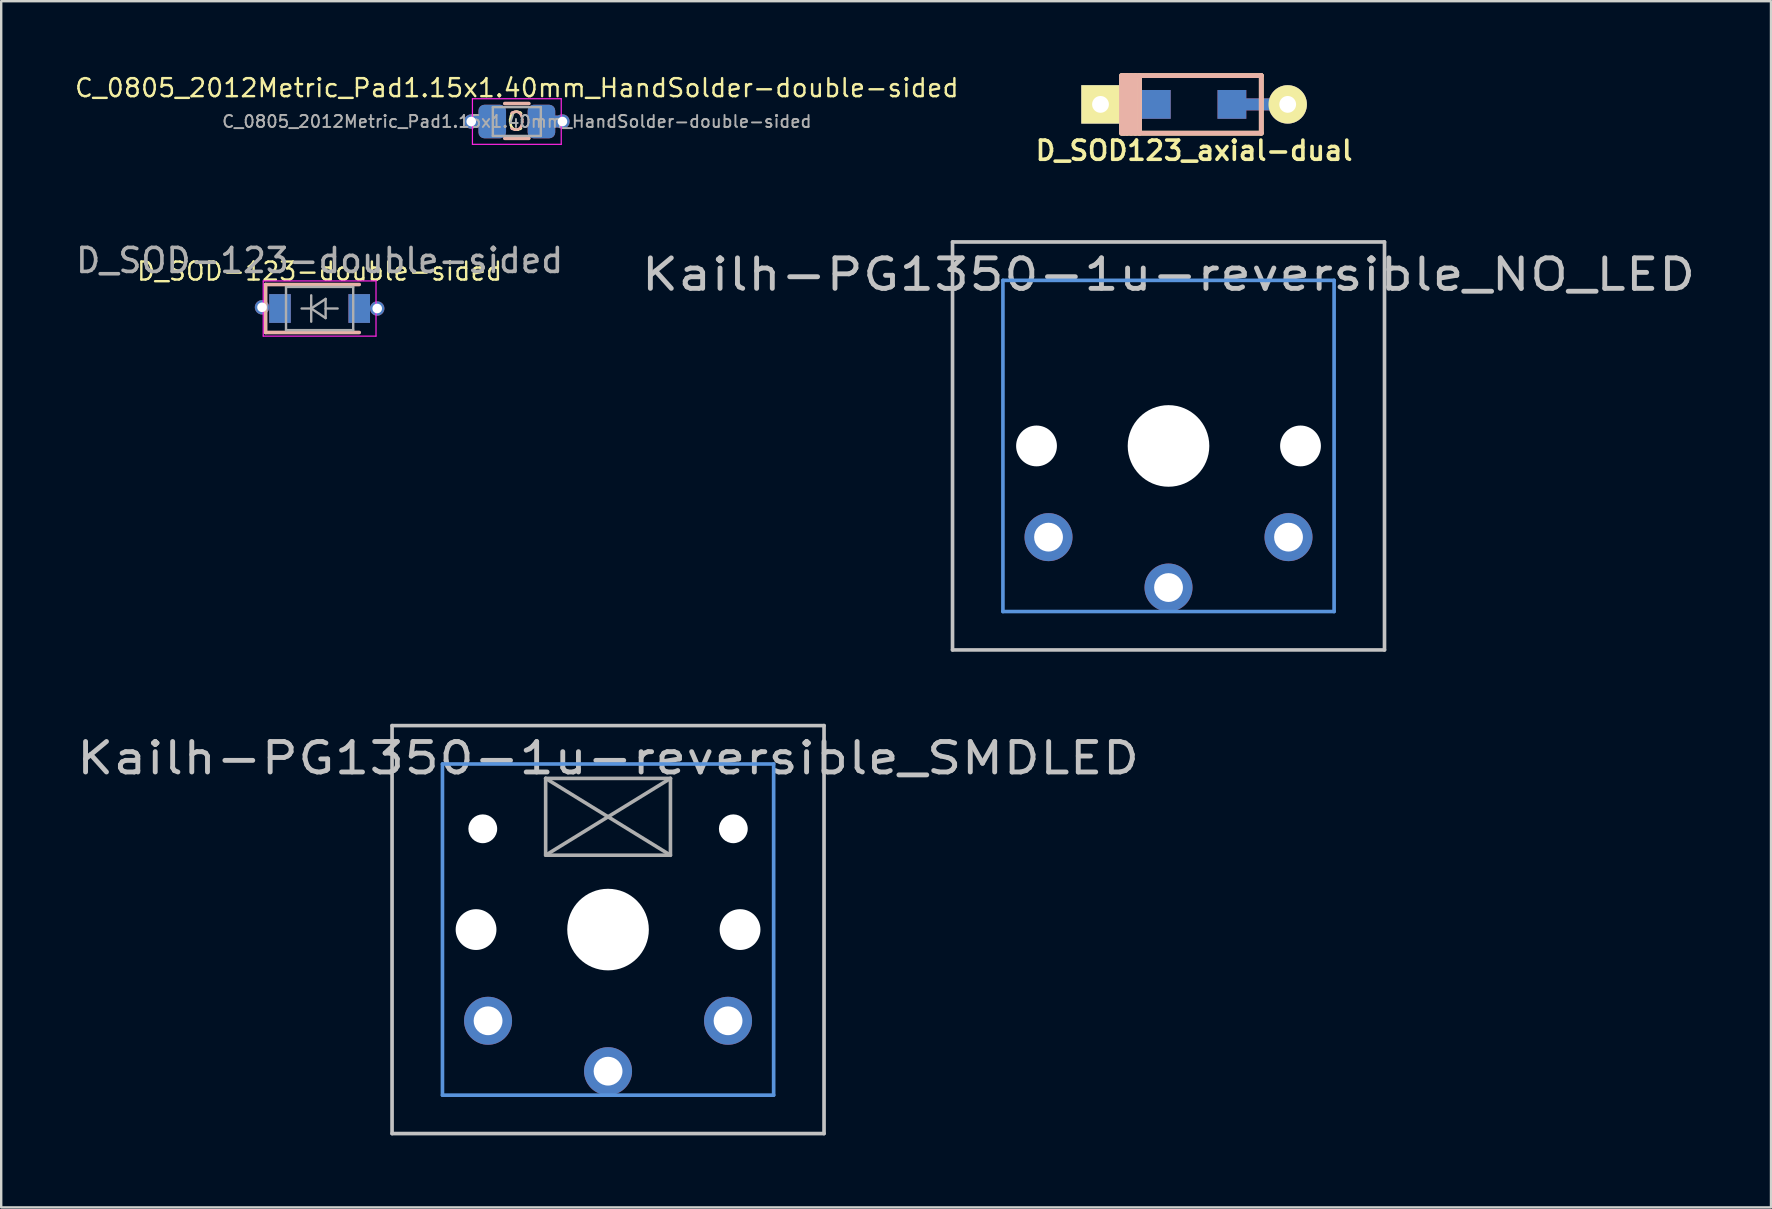
<source format=kicad_pcb>
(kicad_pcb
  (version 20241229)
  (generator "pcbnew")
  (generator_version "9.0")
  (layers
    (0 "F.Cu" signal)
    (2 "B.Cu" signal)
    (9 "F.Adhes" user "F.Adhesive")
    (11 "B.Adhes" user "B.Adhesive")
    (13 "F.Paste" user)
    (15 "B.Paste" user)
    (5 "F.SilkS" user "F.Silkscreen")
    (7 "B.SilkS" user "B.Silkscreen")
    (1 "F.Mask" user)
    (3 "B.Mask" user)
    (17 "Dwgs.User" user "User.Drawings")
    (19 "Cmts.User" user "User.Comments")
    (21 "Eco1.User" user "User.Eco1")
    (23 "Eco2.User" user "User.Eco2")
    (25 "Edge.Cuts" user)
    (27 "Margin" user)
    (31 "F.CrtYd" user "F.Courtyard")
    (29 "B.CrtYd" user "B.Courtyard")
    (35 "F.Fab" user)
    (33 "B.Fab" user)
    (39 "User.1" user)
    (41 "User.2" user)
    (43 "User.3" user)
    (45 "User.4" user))
  (footprint "C_0805_2012Metric_Pad1.15x1.40mm_HandSolder-double-sided"
    (layer "F.Cu")
    (at 18.486 2.014)
    (property "Reference" "C_0805_2012Metric_Pad1.15x1.40mm_HandSolder-double-sided" (at 0 -1.4 0) (layer "F.SilkS") (effects (font (size 0.75 0.75) (thickness 0.1))))
    (attr smd)
    (fp_line (start -0.5 -0.75) (end 0.5 -0.75) (stroke (width 0.12) (type solid)) (layer "F.SilkS"))
    (fp_line (start -0.5 0.7) (end 0.5 0.7) (stroke (width 0.12) (type solid)) (layer "F.SilkS"))
    (fp_line (start -0.5 0.7) (end 0.5 0.7) (stroke (width 0.15) (type solid)) (layer "B.SilkS"))
    (fp_line (start 0.5 -0.75) (end -0.5 -0.75) (stroke (width 0.15) (type solid)) (layer "B.SilkS"))
    (fp_line (start -1.85 -0.95) (end 1.85 -0.95) (stroke (width 0.05) (type solid)) (layer "F.CrtYd"))
    (fp_line (start -1.85 0.95) (end -1.85 -0.95) (stroke (width 0.05) (type solid)) (layer "F.CrtYd"))
    (fp_line (start 1.85 -0.95) (end 1.85 0.95) (stroke (width 0.05) (type solid)) (layer "F.CrtYd"))
    (fp_line (start 1.85 0.95) (end -1.85 0.95) (stroke (width 0.05) (type solid)) (layer "F.CrtYd"))
    (fp_line (start -1 -0.6) (end 1 -0.6) (stroke (width 0.1) (type solid)) (layer "F.Fab"))
    (fp_line (start -1 0.6) (end -1 -0.6) (stroke (width 0.1) (type solid)) (layer "F.Fab"))
    (fp_line (start 1 -0.6) (end 1 0.6) (stroke (width 0.1) (type solid)) (layer "F.Fab"))
    (fp_line (start 1 0.6) (end -1 0.6) (stroke (width 0.1) (type solid)) (layer "F.Fab"))
    (fp_text user "C" (at -0.05 0 0) (layer "F.SilkS") (effects (font (size 0.75 0.75) (thickness 0.1))))
    (fp_text user "C" (at 0 0 0) (layer "B.SilkS") (effects (font (size 0.75 0.75) (thickness 0.1)) (justify mirror)))
    (fp_text user "${REFERENCE}" (at 0 0 0) (layer "F.Fab") (effects (font (size 0.5 0.5) (thickness 0.08))))
    (pad "1" thru_hole circle (at -1.9 0) (size 0.6 0.6) (drill 0.4) (layers "*.Cu"))
    (pad "1" smd rect (at -1.65 0) (size 0.5 0.5) (layers "F.Cu"))
    (pad "1" smd rect (at -1.65 0) (size 0.5 0.5) (layers "B.Cu"))
    (pad "1" smd roundrect (at -1.025 0) (size 1.15 1.4) (layers "F.Cu" "F.Mask" "F.Paste") (roundrect_rratio 0.217))
    (pad "1" smd roundrect (at -1.025 0) (size 1.15 1.4) (layers "B.Cu" "B.Mask" "B.Paste") (roundrect_rratio 0.217))
    (pad "2" smd roundrect (at 1.025 0) (size 1.15 1.4) (layers "F.Cu" "F.Mask" "F.Paste") (roundrect_rratio 0.217))
    (pad "2" smd roundrect (at 1.025 0) (size 1.15 1.4) (layers "B.Cu" "B.Mask" "B.Paste") (roundrect_rratio 0.217))
    (pad "2" smd rect (at 1.6 0) (size 0.5 0.5) (layers "B.Cu"))
    (pad "2" smd rect (at 1.65 0) (size 0.5 0.5) (layers "F.Cu"))
    (pad "2" thru_hole circle (at 1.9 0) (size 0.6 0.6) (drill 0.4) (layers "*.Cu")))
  (footprint "Kailh-PG1350-1u-reversible_SMDLED"
    (layer "F.Cu")
    (at 22.287 35.685)
    (property "Reference" "Kailh-PG1350-1u-reversible_SMDLED" (at 0 -7.144 180) (layer "Dwgs.User") (effects (font (size 1.27 1.524) (thickness 0.203))))
    (attr through_hole)
    (fp_line (start -9 -8.5) (end 9 -8.5) (stroke (width 0.152) (type solid)) (layer "Dwgs.User"))
    (fp_line (start -9 8.5) (end -9 -8.5) (stroke (width 0.152) (type solid)) (layer "Dwgs.User"))
    (fp_line (start 9 -8.5) (end 9 8.5) (stroke (width 0.152) (type solid)) (layer "Dwgs.User"))
    (fp_line (start 9 8.5) (end -9 8.5) (stroke (width 0.152) (type solid)) (layer "Dwgs.User"))
    (fp_line (start -6.9 -6.9) (end 6.9 -6.9) (stroke (width 0.152) (type solid)) (layer "Cmts.User"))
    (fp_line (start -6.9 6.9) (end -6.9 -6.9) (stroke (width 0.152) (type solid)) (layer "Cmts.User"))
    (fp_line (start 6.9 -6.9) (end 6.9 6.9) (stroke (width 0.152) (type solid)) (layer "Cmts.User"))
    (fp_line (start 6.9 6.9) (end -6.9 6.9) (stroke (width 0.152) (type solid)) (layer "Cmts.User"))
    (fp_line (start -7.5 -7.5) (end 7.5 -7.5) (stroke (width 0.152) (type solid)) (layer "Eco2.User"))
    (fp_line (start -7.5 7.5) (end -7.5 -7.5) (stroke (width 0.152) (type solid)) (layer "Eco2.User"))
    (fp_line (start 7.5 -7.5) (end 7.5 7.5) (stroke (width 0.152) (type solid)) (layer "Eco2.User"))
    (fp_line (start 7.5 7.5) (end -7.5 7.5) (stroke (width 0.152) (type solid)) (layer "Eco2.User"))
    (fp_line (start -2.6 -6.3) (end 2.6 -6.3) (stroke (width 0.15) (type solid)) (layer "F.Fab"))
    (fp_line (start -2.6 -6.3) (end 2.6 -3.1) (stroke (width 0.15) (type solid)) (layer "F.Fab"))
    (fp_line (start -2.6 -3.1) (end -2.6 -6.3) (stroke (width 0.15) (type solid)) (layer "F.Fab"))
    (fp_line (start 2.54 -3.1) (end -2.54 -3.1) (stroke (width 0.15) (type solid)) (layer "F.Fab"))
    (fp_line (start 2.6 -6.3) (end -2.6 -3.1) (stroke (width 0.15) (type solid)) (layer "F.Fab"))
    (fp_line (start 2.6 -6.3) (end 2.6 -3.095) (stroke (width 0.15) (type solid)) (layer "F.Fab"))
    (pad "" np_thru_hole circle (at -5.5 0 180) (size 1.7 1.7) (drill 1.7) (layers "*.Cu"))
    (pad "" np_thru_hole circle (at -5.22 -4.2 180) (size 1.2 1.2) (drill 1.2) (layers "*.Cu"))
    (pad "" np_thru_hole circle (at 0 0 180) (size 3.4 3.4) (drill 3.4) (layers "*.Cu"))
    (pad "" np_thru_hole circle (at 5.22 -4.2 180) (size 1.2 1.2) (drill 1.2) (layers "*.Cu"))
    (pad "" np_thru_hole circle (at 5.5 0 180) (size 1.7 1.7) (drill 1.7) (layers "*.Cu"))
    (pad "1" thru_hole circle (at 0 5.9 180) (size 2 2) (drill 1.2) (layers "*.Cu" "*.Mask"))
    (pad "2" thru_hole circle (at -5 3.8 41.9) (size 2 2) (drill 1.2) (layers "*.Cu" "*.Mask"))
    (pad "2" thru_hole circle (at 5 3.8 41.9) (size 2 2) (drill 1.2) (layers "*.Cu" "*.Mask")))
  (footprint "D_SOD123_axial-dual"
    (layer "F.Cu")
    (at 46.707 1.3)
    (property "Reference" "D_SOD123_axial-dual" (at 0 1.925 0) (layer "F.SilkS") (effects (font (size 0.8 0.8) (thickness 0.15))))
    (attr smd)
    (fp_line (start -3.025 1.2) (end -3.025 -1.2) (stroke (width 0.2) (type solid)) (layer "F.SilkS"))
    (fp_line (start -3 -1.2) (end 2.8 -1.2) (stroke (width 0.2) (type solid)) (layer "F.SilkS"))
    (fp_line (start -2.925 -1.2) (end -2.925 1.2) (stroke (width 0.2) (type solid)) (layer "F.SilkS"))
    (fp_line (start -2.8 -1.2) (end -2.8 1.2) (stroke (width 0.2) (type solid)) (layer "F.SilkS"))
    (fp_line (start -2.625 -1.2) (end -2.625 1.2) (stroke (width 0.2) (type solid)) (layer "F.SilkS"))
    (fp_line (start -2.45 -1.2) (end -2.45 1.2) (stroke (width 0.2) (type solid)) (layer "F.SilkS"))
    (fp_line (start -2.275 -1.2) (end -2.275 1.2) (stroke (width 0.2) (type solid)) (layer "F.SilkS"))
    (fp_line (start 2.8 -1.2) (end 2.8 1.2) (stroke (width 0.2) (type solid)) (layer "F.SilkS"))
    (fp_line (start 2.8 1.2) (end -3 1.2) (stroke (width 0.2) (type solid)) (layer "F.SilkS"))
    (fp_line (start -3.025 1.2) (end -3.025 -1.2) (stroke (width 0.2) (type solid)) (layer "B.SilkS"))
    (fp_line (start -3 -1.2) (end 2.8 -1.2) (stroke (width 0.2) (type solid)) (layer "B.SilkS"))
    (fp_line (start -2.925 -1.2) (end -2.925 1.2) (stroke (width 0.2) (type solid)) (layer "B.SilkS"))
    (fp_line (start -2.8 -1.2) (end -2.8 1.2) (stroke (width 0.2) (type solid)) (layer "B.SilkS"))
    (fp_line (start -2.625 -1.2) (end -2.625 1.2) (stroke (width 0.2) (type solid)) (layer "B.SilkS"))
    (fp_line (start -2.45 -1.2) (end -2.45 1.2) (stroke (width 0.2) (type solid)) (layer "B.SilkS"))
    (fp_line (start -2.275 -1.2) (end -2.275 1.2) (stroke (width 0.2) (type solid)) (layer "B.SilkS"))
    (fp_line (start 2.8 -1.2) (end 2.8 1.2) (stroke (width 0.2) (type solid)) (layer "B.SilkS"))
    (fp_line (start 2.8 1.2) (end -3 1.2) (stroke (width 0.2) (type solid)) (layer "B.SilkS"))
    (pad "1" thru_hole rect (at -3.9 0) (size 1.6 1.6) (drill 0.7) (layers "*.Cu" "*.Mask" "F.SilkS"))
    (pad "1" smd rect (at -2.7 0) (size 2.5 0.5) (layers "F.Cu"))
    (pad "1" smd rect (at -2.7 0) (size 2.5 0.5) (layers "B.Cu"))
    (pad "1" smd rect (at -1.575 0) (size 1.2 1.2) (layers "F.Cu" "F.Mask" "F.Paste"))
    (pad "1" smd rect (at -1.575 0) (size 1.2 1.2) (layers "B.Cu" "B.Mask" "B.Paste"))
    (pad "2" smd rect (at 1.575 0) (size 1.2 1.2) (layers "F.Cu" "F.Mask" "F.Paste"))
    (pad "2" smd rect (at 1.575 0) (size 1.2 1.2) (layers "B.Cu" "B.Mask" "B.Paste"))
    (pad "2" smd rect (at 2.7 0) (size 2.5 0.5) (layers "F.Cu"))
    (pad "2" smd rect (at 2.7 0) (size 2.5 0.5) (layers "B.Cu"))
    (pad "2" thru_hole circle (at 3.9 0) (size 1.6 1.6) (drill 0.7) (layers "*.Cu" "*.Mask" "F.SilkS")))
  (footprint "D_SOD-123-double-sided"
    (layer "F.Cu")
    (at 10.268 9.805)
    (property "Reference" "D_SOD-123-double-sided" (at 0 -1.55 0) (layer "F.SilkS") (effects (font (size 0.75 0.75) (thickness 0.1))))
    (attr smd)
    (fp_line (start -2.25 -1) (end -2.25 1) (stroke (width 0.12) (type solid)) (layer "F.SilkS"))
    (fp_line (start -2.25 -1) (end 1.65 -1) (stroke (width 0.12) (type solid)) (layer "F.SilkS"))
    (fp_line (start -2.25 1) (end 1.65 1) (stroke (width 0.12) (type solid)) (layer "F.SilkS"))
    (fp_line (start -2.25 -1) (end -2.25 1) (stroke (width 0.15) (type solid)) (layer "B.SilkS"))
    (fp_line (start -2.25 1) (end 1.65 1) (stroke (width 0.15) (type solid)) (layer "B.SilkS"))
    (fp_line (start 1.65 -1) (end -2.25 -1) (stroke (width 0.15) (type solid)) (layer "B.SilkS"))
    (fp_line (start -2.35 -1.15) (end -2.35 1.15) (stroke (width 0.05) (type solid)) (layer "F.CrtYd"))
    (fp_line (start -2.35 -1.15) (end 2.35 -1.15) (stroke (width 0.05) (type solid)) (layer "F.CrtYd"))
    (fp_line (start 2.35 -1.15) (end 2.35 1.15) (stroke (width 0.05) (type solid)) (layer "F.CrtYd"))
    (fp_line (start 2.35 1.15) (end -2.35 1.15) (stroke (width 0.05) (type solid)) (layer "F.CrtYd"))
    (fp_line (start -1.4 -0.9) (end 1.4 -0.9) (stroke (width 0.1) (type solid)) (layer "F.Fab"))
    (fp_line (start -1.4 0.9) (end -1.4 -0.9) (stroke (width 0.1) (type solid)) (layer "F.Fab"))
    (fp_line (start -0.75 0) (end -0.35 0) (stroke (width 0.1) (type solid)) (layer "F.Fab"))
    (fp_line (start -0.35 0) (end -0.35 -0.55) (stroke (width 0.1) (type solid)) (layer "F.Fab"))
    (fp_line (start -0.35 0) (end -0.35 0.55) (stroke (width 0.1) (type solid)) (layer "F.Fab"))
    (fp_line (start -0.35 0) (end 0.25 -0.4) (stroke (width 0.1) (type solid)) (layer "F.Fab"))
    (fp_line (start 0.25 -0.4) (end 0.25 0.4) (stroke (width 0.1) (type solid)) (layer "F.Fab"))
    (fp_line (start 0.25 0) (end 0.75 0) (stroke (width 0.1) (type solid)) (layer "F.Fab"))
    (fp_line (start 0.25 0.4) (end -0.35 0) (stroke (width 0.1) (type solid)) (layer "F.Fab"))
    (fp_line (start 1.4 -0.9) (end 1.4 0.9) (stroke (width 0.1) (type solid)) (layer "F.Fab"))
    (fp_line (start 1.4 0.9) (end -1.4 0.9) (stroke (width 0.1) (type solid)) (layer "F.Fab"))
    (fp_text user "${REFERENCE}" (at 0 -2 0) (layer "F.Fab") (effects (font (size 1 1) (thickness 0.15))))
    (pad "1" thru_hole circle (at -2.4 -0.05) (size 0.6 0.6) (drill 0.4) (layers "*.Cu"))
    (pad "1" smd rect (at -1.65 0) (size 0.9 1.2) (layers "F.Cu" "F.Mask" "F.Paste"))
    (pad "1" smd rect (at -1.65 0) (size 0.9 1.2) (layers "B.Cu" "B.Mask" "B.Paste"))
    (pad "2" smd rect (at 1.65 0) (size 0.9 1.2) (layers "F.Cu" "F.Mask" "F.Paste"))
    (pad "2" smd rect (at 1.65 0) (size 0.9 1.2) (layers "B.Cu" "B.Mask" "B.Paste"))
    (pad "2" thru_hole circle (at 2.4 0) (size 0.6 0.6) (drill 0.4) (layers "*.Cu")))
  (footprint "Kailh-PG1350-1u-reversible_NO_LED"
    (layer "F.Cu")
    (at 45.641 15.532)
    (property "Reference" "Kailh-PG1350-1u-reversible_NO_LED" (at 0 -7.144 180) (layer "Dwgs.User") (effects (font (size 1.27 1.524) (thickness 0.203))))
    (attr through_hole)
    (fp_line (start -9 -8.5) (end 9 -8.5) (stroke (width 0.152) (type solid)) (layer "Dwgs.User"))
    (fp_line (start -9 8.5) (end -9 -8.5) (stroke (width 0.152) (type solid)) (layer "Dwgs.User"))
    (fp_line (start 9 -8.5) (end 9 8.5) (stroke (width 0.152) (type solid)) (layer "Dwgs.User"))
    (fp_line (start 9 8.5) (end -9 8.5) (stroke (width 0.152) (type solid)) (layer "Dwgs.User"))
    (fp_line (start -6.9 -6.9) (end 6.9 -6.9) (stroke (width 0.152) (type solid)) (layer "Cmts.User"))
    (fp_line (start -6.9 6.9) (end -6.9 -6.9) (stroke (width 0.152) (type solid)) (layer "Cmts.User"))
    (fp_line (start 6.9 -6.9) (end 6.9 6.9) (stroke (width 0.152) (type solid)) (layer "Cmts.User"))
    (fp_line (start 6.9 6.9) (end -6.9 6.9) (stroke (width 0.152) (type solid)) (layer "Cmts.User"))
    (fp_line (start -7.5 -7.5) (end 7.5 -7.5) (stroke (width 0.152) (type solid)) (layer "Eco2.User"))
    (fp_line (start -7.5 7.5) (end -7.5 -7.5) (stroke (width 0.152) (type solid)) (layer "Eco2.User"))
    (fp_line (start 7.5 -7.5) (end 7.5 7.5) (stroke (width 0.152) (type solid)) (layer "Eco2.User"))
    (fp_line (start 7.5 7.5) (end -7.5 7.5) (stroke (width 0.152) (type solid)) (layer "Eco2.User"))
    (pad "" np_thru_hole circle (at -5.5 0 180) (size 1.7 1.7) (drill 1.7) (layers "*.Cu"))
    (pad "" np_thru_hole circle (at 0 0 180) (size 3.4 3.4) (drill 3.4) (layers "*.Cu"))
    (pad "" np_thru_hole circle (at 5.5 0 180) (size 1.7 1.7) (drill 1.7) (layers "*.Cu"))
    (pad "1" thru_hole circle (at 0 5.9 180) (size 2 2) (drill 1.2) (layers "*.Cu" "*.Mask"))
    (pad "2" thru_hole circle (at -5 3.8 41.9) (size 2 2) (drill 1.2) (layers "*.Cu" "*.Mask"))
    (pad "2" thru_hole circle (at 5 3.8 41.9) (size 2 2) (drill 1.2) (layers "*.Cu" "*.Mask")))
  (gr_rect
    (start -3 -3)
    (end 70.746 47.261)
    (stroke (width 0.1) (type default))
    (fill no)
    (layer "Edge.Cuts")))
</source>
